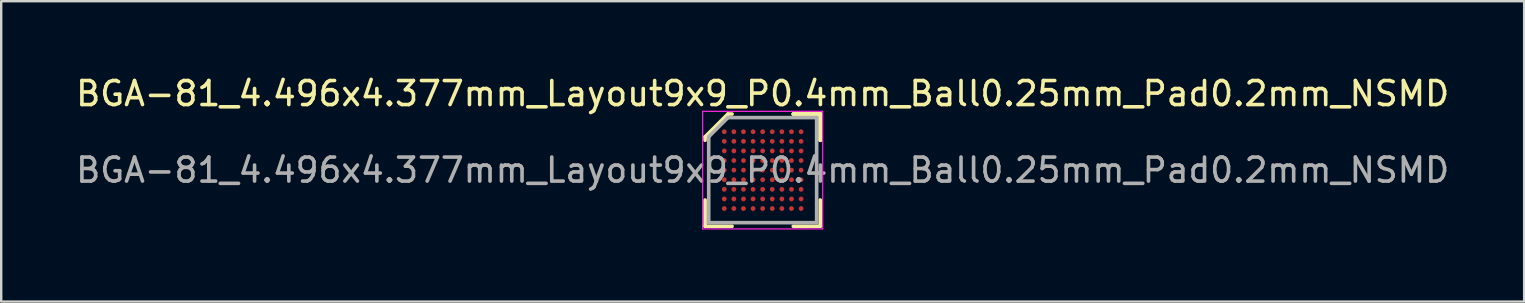
<source format=kicad_pcb>
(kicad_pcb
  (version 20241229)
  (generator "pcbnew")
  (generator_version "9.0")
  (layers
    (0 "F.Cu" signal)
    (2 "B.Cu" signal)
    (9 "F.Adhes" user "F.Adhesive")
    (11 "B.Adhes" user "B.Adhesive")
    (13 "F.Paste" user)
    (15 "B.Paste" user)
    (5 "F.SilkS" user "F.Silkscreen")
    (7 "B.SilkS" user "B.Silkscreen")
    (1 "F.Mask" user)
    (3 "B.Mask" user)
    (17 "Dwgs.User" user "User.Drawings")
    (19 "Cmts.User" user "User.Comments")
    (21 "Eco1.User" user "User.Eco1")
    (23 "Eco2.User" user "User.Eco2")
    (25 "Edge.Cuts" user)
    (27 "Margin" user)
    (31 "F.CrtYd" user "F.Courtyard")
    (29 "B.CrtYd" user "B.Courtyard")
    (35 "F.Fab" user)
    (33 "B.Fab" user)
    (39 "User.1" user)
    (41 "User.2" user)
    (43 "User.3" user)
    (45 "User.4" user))
  (footprint "BGA-81_4.496x4.377mm_Layout9x9_P0.4mm_Ball0.25mm_Pad0.2mm_NSMD"
    (layer "F.Cu")
    (at 28.72 4.037)
    (property "Reference" "BGA-81_4.496x4.377mm_Layout9x9_P0.4mm_Ball0.25mm_Pad0.2mm_NSMD" (at 0 -3.188 0) (layer "F.SilkS") (effects (font (size 1 1) (thickness 0.15))))
    (attr smd)
    (fp_line (start -2.398 -1.389) (end -2.398 -1.244) (stroke (width 0.15) (type solid)) (layer "F.SilkS"))
    (fp_line (start -2.398 2.338) (end -2.398 1.244) (stroke (width 0.15) (type solid)) (layer "F.SilkS"))
    (fp_line (start -1.448 -2.338) (end -2.398 -1.389) (stroke (width 0.15) (type solid)) (layer "F.SilkS"))
    (fp_line (start -1.274 -2.338) (end -1.448 -2.338) (stroke (width 0.15) (type solid)) (layer "F.SilkS"))
    (fp_line (start -1.274 2.338) (end -2.398 2.338) (stroke (width 0.15) (type solid)) (layer "F.SilkS"))
    (fp_line (start 1.274 -2.338) (end 2.398 -2.338) (stroke (width 0.15) (type solid)) (layer "F.SilkS"))
    (fp_line (start 1.274 -2.338) (end 2.398 -2.338) (stroke (width 0.15) (type solid)) (layer "F.SilkS"))
    (fp_line (start 1.274 -2.338) (end 2.398 -2.338) (stroke (width 0.15) (type solid)) (layer "F.SilkS"))
    (fp_line (start 1.274 2.338) (end 2.398 2.338) (stroke (width 0.15) (type solid)) (layer "F.SilkS"))
    (fp_line (start 2.398 -2.338) (end 2.398 -1.244) (stroke (width 0.15) (type solid)) (layer "F.SilkS"))
    (fp_line (start 2.398 -2.338) (end 2.398 -1.244) (stroke (width 0.15) (type solid)) (layer "F.SilkS"))
    (fp_line (start 2.398 -2.338) (end 2.398 -1.244) (stroke (width 0.15) (type solid)) (layer "F.SilkS"))
    (fp_line (start 2.398 2.338) (end 2.398 1.244) (stroke (width 0.15) (type solid)) (layer "F.SilkS"))
    (fp_line (start -2.5 -2.45) (end 2.5 -2.45) (stroke (width 0.05) (type solid)) (layer "F.CrtYd"))
    (fp_line (start -2.5 2.45) (end -2.5 -2.45) (stroke (width 0.05) (type solid)) (layer "F.CrtYd"))
    (fp_line (start 2.5 -2.45) (end 2.5 2.45) (stroke (width 0.05) (type solid)) (layer "F.CrtYd"))
    (fp_line (start 2.5 2.45) (end -2.5 2.45) (stroke (width 0.05) (type solid)) (layer "F.CrtYd"))
    (fp_line (start -2.248 -1.389) (end -2.248 2.188) (stroke (width 0.15) (type solid)) (layer "F.Fab"))
    (fp_line (start -2.248 2.188) (end 2.248 2.188) (stroke (width 0.15) (type solid)) (layer "F.Fab"))
    (fp_line (start -1.448 -2.188) (end -2.248 -1.389) (stroke (width 0.15) (type solid)) (layer "F.Fab"))
    (fp_line (start 2.248 -2.188) (end -1.448 -2.188) (stroke (width 0.15) (type solid)) (layer "F.Fab"))
    (fp_line (start 2.248 2.188) (end 2.248 -2.188) (stroke (width 0.15) (type solid)) (layer "F.Fab"))
    (fp_text user "${REFERENCE}" (at 0 0 0) (layer "F.Fab") (effects (font (size 1 1) (thickness 0.15))))
    (pad "A1" smd circle (at -1.6 -1.6) (size 0.2 0.2) (layers "F.Cu" "F.Mask" "F.Paste"))
    (pad "A2" smd circle (at -1.2 -1.6) (size 0.2 0.2) (layers "F.Cu" "F.Mask" "F.Paste"))
    (pad "A3" smd circle (at -0.8 -1.6) (size 0.2 0.2) (layers "F.Cu" "F.Mask" "F.Paste"))
    (pad "A4" smd circle (at -0.4 -1.6) (size 0.2 0.2) (layers "F.Cu" "F.Mask" "F.Paste"))
    (pad "A5" smd circle (at 0 -1.6) (size 0.2 0.2) (layers "F.Cu" "F.Mask" "F.Paste"))
    (pad "A6" smd circle (at 0.4 -1.6) (size 0.2 0.2) (layers "F.Cu" "F.Mask" "F.Paste"))
    (pad "A7" smd circle (at 0.8 -1.6) (size 0.2 0.2) (layers "F.Cu" "F.Mask" "F.Paste"))
    (pad "A8" smd circle (at 1.2 -1.6) (size 0.2 0.2) (layers "F.Cu" "F.Mask" "F.Paste"))
    (pad "A9" smd circle (at 1.6 -1.6) (size 0.2 0.2) (layers "F.Cu" "F.Mask" "F.Paste"))
    (pad "B1" smd circle (at -1.6 -1.2) (size 0.2 0.2) (layers "F.Cu" "F.Mask" "F.Paste"))
    (pad "B2" smd circle (at -1.2 -1.2) (size 0.2 0.2) (layers "F.Cu" "F.Mask" "F.Paste"))
    (pad "B3" smd circle (at -0.8 -1.2) (size 0.2 0.2) (layers "F.Cu" "F.Mask" "F.Paste"))
    (pad "B4" smd circle (at -0.4 -1.2) (size 0.2 0.2) (layers "F.Cu" "F.Mask" "F.Paste"))
    (pad "B5" smd circle (at 0 -1.2) (size 0.2 0.2) (layers "F.Cu" "F.Mask" "F.Paste"))
    (pad "B6" smd circle (at 0.4 -1.2) (size 0.2 0.2) (layers "F.Cu" "F.Mask" "F.Paste"))
    (pad "B7" smd circle (at 0.8 -1.2) (size 0.2 0.2) (layers "F.Cu" "F.Mask" "F.Paste"))
    (pad "B8" smd circle (at 1.2 -1.2) (size 0.2 0.2) (layers "F.Cu" "F.Mask" "F.Paste"))
    (pad "B9" smd circle (at 1.6 -1.2) (size 0.2 0.2) (layers "F.Cu" "F.Mask" "F.Paste"))
    (pad "C1" smd circle (at -1.6 -0.8) (size 0.2 0.2) (layers "F.Cu" "F.Mask" "F.Paste"))
    (pad "C2" smd circle (at -1.2 -0.8) (size 0.2 0.2) (layers "F.Cu" "F.Mask" "F.Paste"))
    (pad "C3" smd circle (at -0.8 -0.8) (size 0.2 0.2) (layers "F.Cu" "F.Mask" "F.Paste"))
    (pad "C4" smd circle (at -0.4 -0.8) (size 0.2 0.2) (layers "F.Cu" "F.Mask" "F.Paste"))
    (pad "C5" smd circle (at 0 -0.8) (size 0.2 0.2) (layers "F.Cu" "F.Mask" "F.Paste"))
    (pad "C6" smd circle (at 0.4 -0.8) (size 0.2 0.2) (layers "F.Cu" "F.Mask" "F.Paste"))
    (pad "C7" smd circle (at 0.8 -0.8) (size 0.2 0.2) (layers "F.Cu" "F.Mask" "F.Paste"))
    (pad "C8" smd circle (at 1.2 -0.8) (size 0.2 0.2) (layers "F.Cu" "F.Mask" "F.Paste"))
    (pad "C9" smd circle (at 1.6 -0.8) (size 0.2 0.2) (layers "F.Cu" "F.Mask" "F.Paste"))
    (pad "D1" smd circle (at -1.6 -0.4) (size 0.2 0.2) (layers "F.Cu" "F.Mask" "F.Paste"))
    (pad "D2" smd circle (at -1.2 -0.4) (size 0.2 0.2) (layers "F.Cu" "F.Mask" "F.Paste"))
    (pad "D3" smd circle (at -0.8 -0.4) (size 0.2 0.2) (layers "F.Cu" "F.Mask" "F.Paste"))
    (pad "D4" smd circle (at -0.4 -0.4) (size 0.2 0.2) (layers "F.Cu" "F.Mask" "F.Paste"))
    (pad "D5" smd circle (at 0 -0.4) (size 0.2 0.2) (layers "F.Cu" "F.Mask" "F.Paste"))
    (pad "D6" smd circle (at 0.4 -0.4) (size 0.2 0.2) (layers "F.Cu" "F.Mask" "F.Paste"))
    (pad "D7" smd circle (at 0.8 -0.4) (size 0.2 0.2) (layers "F.Cu" "F.Mask" "F.Paste"))
    (pad "D8" smd circle (at 1.2 -0.4) (size 0.2 0.2) (layers "F.Cu" "F.Mask" "F.Paste"))
    (pad "D9" smd circle (at 1.6 -0.4) (size 0.2 0.2) (layers "F.Cu" "F.Mask" "F.Paste"))
    (pad "E1" smd circle (at -1.6 0) (size 0.2 0.2) (layers "F.Cu" "F.Mask" "F.Paste"))
    (pad "E2" smd circle (at -1.2 0) (size 0.2 0.2) (layers "F.Cu" "F.Mask" "F.Paste"))
    (pad "E3" smd circle (at -0.8 0) (size 0.2 0.2) (layers "F.Cu" "F.Mask" "F.Paste"))
    (pad "E4" smd circle (at -0.4 0) (size 0.2 0.2) (layers "F.Cu" "F.Mask" "F.Paste"))
    (pad "E5" smd circle (at 0 0) (size 0.2 0.2) (layers "F.Cu" "F.Mask" "F.Paste"))
    (pad "E6" smd circle (at 0.4 0) (size 0.2 0.2) (layers "F.Cu" "F.Mask" "F.Paste"))
    (pad "E7" smd circle (at 0.8 0) (size 0.2 0.2) (layers "F.Cu" "F.Mask" "F.Paste"))
    (pad "E8" smd circle (at 1.2 0) (size 0.2 0.2) (layers "F.Cu" "F.Mask" "F.Paste"))
    (pad "E9" smd circle (at 1.6 0) (size 0.2 0.2) (layers "F.Cu" "F.Mask" "F.Paste"))
    (pad "F1" smd circle (at -1.6 0.4) (size 0.2 0.2) (layers "F.Cu" "F.Mask" "F.Paste"))
    (pad "F2" smd circle (at -1.2 0.4) (size 0.2 0.2) (layers "F.Cu" "F.Mask" "F.Paste"))
    (pad "F3" smd circle (at -0.8 0.4) (size 0.2 0.2) (layers "F.Cu" "F.Mask" "F.Paste"))
    (pad "F4" smd circle (at -0.4 0.4) (size 0.2 0.2) (layers "F.Cu" "F.Mask" "F.Paste"))
    (pad "F5" smd circle (at 0 0.4) (size 0.2 0.2) (layers "F.Cu" "F.Mask" "F.Paste"))
    (pad "F6" smd circle (at 0.4 0.4) (size 0.2 0.2) (layers "F.Cu" "F.Mask" "F.Paste"))
    (pad "F7" smd circle (at 0.8 0.4) (size 0.2 0.2) (layers "F.Cu" "F.Mask" "F.Paste"))
    (pad "F8" smd circle (at 1.2 0.4) (size 0.2 0.2) (layers "F.Cu" "F.Mask" "F.Paste"))
    (pad "F9" smd circle (at 1.6 0.4) (size 0.2 0.2) (layers "F.Cu" "F.Mask" "F.Paste"))
    (pad "G1" smd circle (at -1.6 0.8) (size 0.2 0.2) (layers "F.Cu" "F.Mask" "F.Paste"))
    (pad "G2" smd circle (at -1.2 0.8) (size 0.2 0.2) (layers "F.Cu" "F.Mask" "F.Paste"))
    (pad "G3" smd circle (at -0.8 0.8) (size 0.2 0.2) (layers "F.Cu" "F.Mask" "F.Paste"))
    (pad "G4" smd circle (at -0.4 0.8) (size 0.2 0.2) (layers "F.Cu" "F.Mask" "F.Paste"))
    (pad "G5" smd circle (at 0 0.8) (size 0.2 0.2) (layers "F.Cu" "F.Mask" "F.Paste"))
    (pad "G6" smd circle (at 0.4 0.8) (size 0.2 0.2) (layers "F.Cu" "F.Mask" "F.Paste"))
    (pad "G7" smd circle (at 0.8 0.8) (size 0.2 0.2) (layers "F.Cu" "F.Mask" "F.Paste"))
    (pad "G8" smd circle (at 1.2 0.8) (size 0.2 0.2) (layers "F.Cu" "F.Mask" "F.Paste"))
    (pad "G9" smd circle (at 1.6 0.8) (size 0.2 0.2) (layers "F.Cu" "F.Mask" "F.Paste"))
    (pad "H1" smd circle (at -1.6 1.2) (size 0.2 0.2) (layers "F.Cu" "F.Mask" "F.Paste"))
    (pad "H2" smd circle (at -1.2 1.2) (size 0.2 0.2) (layers "F.Cu" "F.Mask" "F.Paste"))
    (pad "H3" smd circle (at -0.8 1.2) (size 0.2 0.2) (layers "F.Cu" "F.Mask" "F.Paste"))
    (pad "H4" smd circle (at -0.4 1.2) (size 0.2 0.2) (layers "F.Cu" "F.Mask" "F.Paste"))
    (pad "H5" smd circle (at 0 1.2) (size 0.2 0.2) (layers "F.Cu" "F.Mask" "F.Paste"))
    (pad "H6" smd circle (at 0.4 1.2) (size 0.2 0.2) (layers "F.Cu" "F.Mask" "F.Paste"))
    (pad "H7" smd circle (at 0.8 1.2) (size 0.2 0.2) (layers "F.Cu" "F.Mask" "F.Paste"))
    (pad "H8" smd circle (at 1.2 1.2) (size 0.2 0.2) (layers "F.Cu" "F.Mask" "F.Paste"))
    (pad "H9" smd circle (at 1.6 1.2) (size 0.2 0.2) (layers "F.Cu" "F.Mask" "F.Paste"))
    (pad "J1" smd circle (at -1.6 1.6) (size 0.2 0.2) (layers "F.Cu" "F.Mask" "F.Paste"))
    (pad "J2" smd circle (at -1.2 1.6) (size 0.2 0.2) (layers "F.Cu" "F.Mask" "F.Paste"))
    (pad "J3" smd circle (at -0.8 1.6) (size 0.2 0.2) (layers "F.Cu" "F.Mask" "F.Paste"))
    (pad "J4" smd circle (at -0.4 1.6) (size 0.2 0.2) (layers "F.Cu" "F.Mask" "F.Paste"))
    (pad "J5" smd circle (at 0 1.6) (size 0.2 0.2) (layers "F.Cu" "F.Mask" "F.Paste"))
    (pad "J6" smd circle (at 0.4 1.6) (size 0.2 0.2) (layers "F.Cu" "F.Mask" "F.Paste"))
    (pad "J7" smd circle (at 0.8 1.6) (size 0.2 0.2) (layers "F.Cu" "F.Mask" "F.Paste"))
    (pad "J8" smd circle (at 1.2 1.6) (size 0.2 0.2) (layers "F.Cu" "F.Mask" "F.Paste"))
    (pad "J9" smd circle (at 1.6 1.6) (size 0.2 0.2) (layers "F.Cu" "F.Mask" "F.Paste")))
  (gr_rect
    (start -3 -3)
    (end 60.44 9.512)
    (stroke (width 0.1) (type default))
    (fill no)
    (layer "Edge.Cuts")))
</source>
